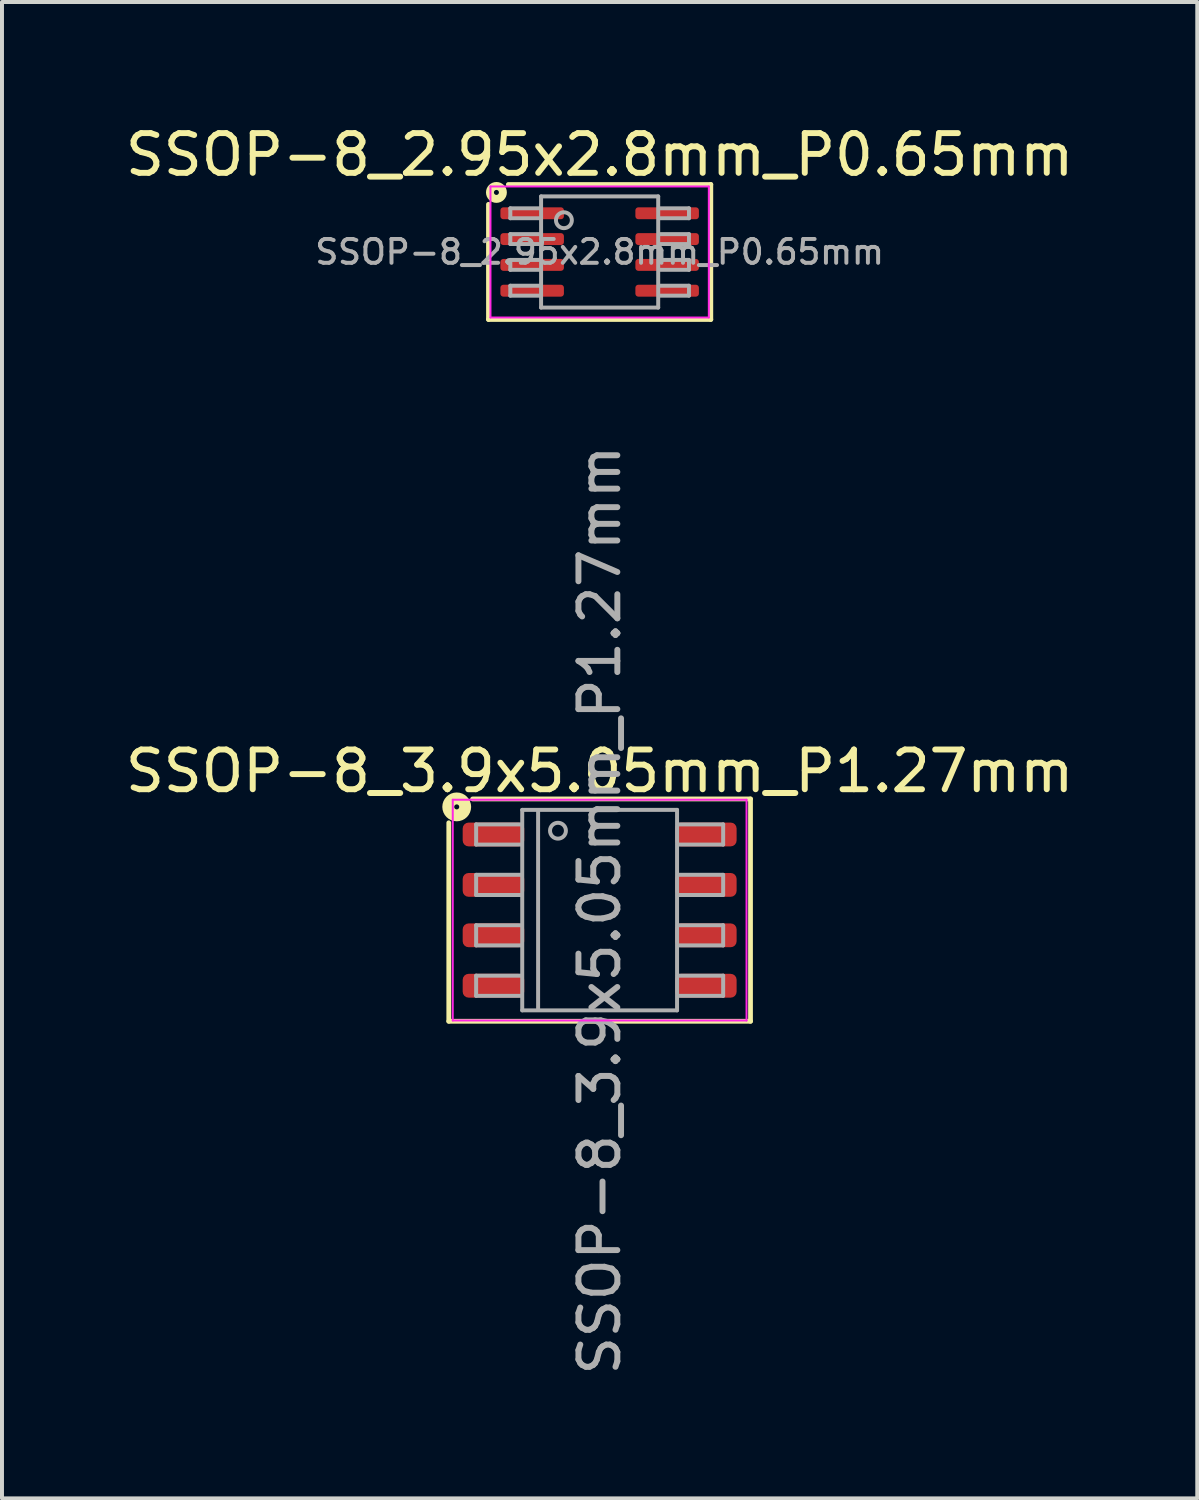
<source format=kicad_pcb>
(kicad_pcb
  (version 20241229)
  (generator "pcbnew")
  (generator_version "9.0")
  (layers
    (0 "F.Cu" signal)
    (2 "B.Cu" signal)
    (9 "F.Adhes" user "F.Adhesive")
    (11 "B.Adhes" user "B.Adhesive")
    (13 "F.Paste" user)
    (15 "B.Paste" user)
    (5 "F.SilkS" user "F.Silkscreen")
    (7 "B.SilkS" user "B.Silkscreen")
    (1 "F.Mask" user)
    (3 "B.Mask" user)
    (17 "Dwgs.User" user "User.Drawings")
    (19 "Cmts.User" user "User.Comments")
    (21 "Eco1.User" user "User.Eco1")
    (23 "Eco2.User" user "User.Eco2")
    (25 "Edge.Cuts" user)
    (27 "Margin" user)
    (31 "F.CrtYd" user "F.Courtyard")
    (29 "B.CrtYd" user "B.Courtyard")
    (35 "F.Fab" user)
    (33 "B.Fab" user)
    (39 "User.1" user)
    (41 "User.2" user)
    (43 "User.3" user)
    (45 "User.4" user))
  (footprint "SSOP-8_2.95x2.8mm_P0.65mm"
    (layer "F.Cu")
    (at 12.054 3.297)
    (property "Reference" "SSOP-8_2.95x2.8mm_P0.65mm" (at 0 -2.449 0) (layer "F.SilkS") (effects (font (size 1 1) (thickness 0.15))))
    (attr smd)
    (fp_line (start -2.8 -1.2) (end -2.8 1.7) (stroke (width 0.12) (type solid)) (layer "F.SilkS"))
    (fp_line (start -2.8 1.7) (end 2.8 1.7) (stroke (width 0.12) (type solid)) (layer "F.SilkS"))
    (fp_line (start 2.8 -1.7) (end -2.3 -1.7) (stroke (width 0.12) (type solid)) (layer "F.SilkS"))
    (fp_line (start 2.8 1.7) (end 2.8 -1.7) (stroke (width 0.12) (type solid)) (layer "F.SilkS"))
    (fp_circle (center -2.6 -1.5) (end -2.537 -1.5) (stroke (width 0.2) (type solid)) (fill no) (layer "F.SilkS"))
    (fp_line (start -2.75 -1.65) (end 2.75 -1.65) (stroke (width 0.05) (type solid)) (layer "F.CrtYd"))
    (fp_line (start -2.75 1.65) (end -2.75 -1.65) (stroke (width 0.05) (type solid)) (layer "F.CrtYd"))
    (fp_line (start 2.75 -1.65) (end 2.75 1.65) (stroke (width 0.05) (type solid)) (layer "F.CrtYd"))
    (fp_line (start 2.75 1.65) (end -2.75 1.65) (stroke (width 0.05) (type solid)) (layer "F.CrtYd"))
    (fp_line (start -2.25 -1.1) (end -2.25 -0.85) (stroke (width 0.1) (type solid)) (layer "F.Fab"))
    (fp_line (start -2.25 -1.1) (end -1.5 -1.1) (stroke (width 0.1) (type solid)) (layer "F.Fab"))
    (fp_line (start -2.25 -0.85) (end -1.5 -0.85) (stroke (width 0.1) (type solid)) (layer "F.Fab"))
    (fp_line (start -2.25 -0.45) (end -2.25 -0.2) (stroke (width 0.1) (type solid)) (layer "F.Fab"))
    (fp_line (start -2.25 -0.45) (end -1.5 -0.45) (stroke (width 0.1) (type solid)) (layer "F.Fab"))
    (fp_line (start -2.25 -0.2) (end -1.5 -0.2) (stroke (width 0.1) (type solid)) (layer "F.Fab"))
    (fp_line (start -2.25 0.2) (end -2.25 0.45) (stroke (width 0.1) (type solid)) (layer "F.Fab"))
    (fp_line (start -2.25 0.2) (end -1.5 0.2) (stroke (width 0.1) (type solid)) (layer "F.Fab"))
    (fp_line (start -2.25 0.45) (end -1.5 0.45) (stroke (width 0.1) (type solid)) (layer "F.Fab"))
    (fp_line (start -2.25 0.85) (end -2.25 1.1) (stroke (width 0.1) (type solid)) (layer "F.Fab"))
    (fp_line (start -2.25 0.85) (end -1.5 0.85) (stroke (width 0.1) (type solid)) (layer "F.Fab"))
    (fp_line (start -2.25 1.1) (end -1.5 1.1) (stroke (width 0.1) (type solid)) (layer "F.Fab"))
    (fp_line (start -1.475 -1.4) (end 1.475 -1.4) (stroke (width 0.1) (type solid)) (layer "F.Fab"))
    (fp_line (start -1.475 1.4) (end -1.475 -1.4) (stroke (width 0.1) (type solid)) (layer "F.Fab"))
    (fp_line (start 1.475 -1.4) (end 1.475 1.4) (stroke (width 0.1) (type solid)) (layer "F.Fab"))
    (fp_line (start 1.475 1.4) (end -1.475 1.4) (stroke (width 0.1) (type solid)) (layer "F.Fab"))
    (fp_line (start 2.25 -1.1) (end 1.5 -1.1) (stroke (width 0.1) (type solid)) (layer "F.Fab"))
    (fp_line (start 2.25 -0.85) (end 1.5 -0.85) (stroke (width 0.1) (type solid)) (layer "F.Fab"))
    (fp_line (start 2.25 -0.85) (end 2.25 -1.1) (stroke (width 0.1) (type solid)) (layer "F.Fab"))
    (fp_line (start 2.25 -0.45) (end 1.5 -0.45) (stroke (width 0.1) (type solid)) (layer "F.Fab"))
    (fp_line (start 2.25 -0.2) (end 1.5 -0.2) (stroke (width 0.1) (type solid)) (layer "F.Fab"))
    (fp_line (start 2.25 -0.2) (end 2.25 -0.45) (stroke (width 0.1) (type solid)) (layer "F.Fab"))
    (fp_line (start 2.25 0.2) (end 1.5 0.2) (stroke (width 0.1) (type solid)) (layer "F.Fab"))
    (fp_line (start 2.25 0.45) (end 1.5 0.45) (stroke (width 0.1) (type solid)) (layer "F.Fab"))
    (fp_line (start 2.25 0.45) (end 2.25 0.2) (stroke (width 0.1) (type solid)) (layer "F.Fab"))
    (fp_line (start 2.25 0.85) (end 1.5 0.85) (stroke (width 0.1) (type solid)) (layer "F.Fab"))
    (fp_line (start 2.25 1.1) (end 1.5 1.1) (stroke (width 0.1) (type solid)) (layer "F.Fab"))
    (fp_line (start 2.25 1.1) (end 2.25 0.85) (stroke (width 0.1) (type solid)) (layer "F.Fab"))
    (fp_circle (center -0.9 -0.8) (end -0.7 -0.8) (stroke (width 0.1) (type solid)) (fill no) (layer "F.Fab"))
    (fp_text user "${REFERENCE}" (at 0 0 0) (layer "F.Fab") (effects (font (size 0.6 0.6) (thickness 0.1))))
    (pad "1" smd roundrect (at -1.7 -0.975 270) (size 0.3 1.6) (layers "F.Cu" "F.Mask" "F.Paste") (roundrect_rratio 0.25))
    (pad "2" smd roundrect (at -1.7 -0.325 270) (size 0.3 1.6) (layers "F.Cu" "F.Mask" "F.Paste") (roundrect_rratio 0.25))
    (pad "3" smd roundrect (at -1.7 0.325 270) (size 0.3 1.6) (layers "F.Cu" "F.Mask" "F.Paste") (roundrect_rratio 0.25))
    (pad "4" smd roundrect (at -1.7 0.975 270) (size 0.3 1.6) (layers "F.Cu" "F.Mask" "F.Paste") (roundrect_rratio 0.25))
    (pad "5" smd roundrect (at 1.7 0.975 270) (size 0.3 1.6) (layers "F.Cu" "F.Mask" "F.Paste") (roundrect_rratio 0.25))
    (pad "6" smd roundrect (at 1.7 0.325 270) (size 0.3 1.6) (layers "F.Cu" "F.Mask" "F.Paste") (roundrect_rratio 0.25))
    (pad "7" smd roundrect (at 1.7 -0.325 270) (size 0.3 1.6) (layers "F.Cu" "F.Mask" "F.Paste") (roundrect_rratio 0.25))
    (pad "8" smd roundrect (at 1.7 -0.975 270) (size 0.3 1.6) (layers "F.Cu" "F.Mask" "F.Paste") (roundrect_rratio 0.25)))
  (footprint "SSOP-8_3.9x5.05mm_P1.27mm"
    (layer "F.Cu")
    (at 12.054 19.874)
    (property "Reference" "SSOP-8_3.9x5.05mm_P1.27mm" (at 0 -3.5 0) (layer "F.SilkS") (effects (font (size 1 1) (thickness 0.15))))
    (attr smd)
    (fp_line (start -3.8 -2.2) (end -3.8 2.8) (stroke (width 0.12) (type solid)) (layer "F.SilkS"))
    (fp_line (start -3.8 2.8) (end 3.8 2.8) (stroke (width 0.12) (type solid)) (layer "F.SilkS"))
    (fp_line (start 3.8 -2.8) (end -3.2 -2.8) (stroke (width 0.12) (type solid)) (layer "F.SilkS"))
    (fp_line (start 3.8 2.8) (end 3.8 -2.8) (stroke (width 0.12) (type solid)) (layer "F.SilkS"))
    (fp_circle (center -3.6 -2.6) (end -3.537 -2.6) (stroke (width 0.3) (type solid)) (fill no) (layer "F.SilkS"))
    (fp_line (start -3.7 -2.78) (end -3.7 2.78) (stroke (width 0.05) (type solid)) (layer "F.CrtYd"))
    (fp_line (start -3.7 2.78) (end 3.7 2.78) (stroke (width 0.05) (type solid)) (layer "F.CrtYd"))
    (fp_line (start 3.7 -2.78) (end -3.7 -2.78) (stroke (width 0.05) (type solid)) (layer "F.CrtYd"))
    (fp_line (start 3.7 2.78) (end 3.7 -2.78) (stroke (width 0.05) (type solid)) (layer "F.CrtYd"))
    (fp_line (start -3.111 -2.159) (end -3.111 -1.651) (stroke (width 0.1) (type solid)) (layer "F.Fab"))
    (fp_line (start -3.111 -2.159) (end -1.968 -2.159) (stroke (width 0.1) (type solid)) (layer "F.Fab"))
    (fp_line (start -3.111 -1.651) (end -1.968 -1.651) (stroke (width 0.1) (type solid)) (layer "F.Fab"))
    (fp_line (start -3.111 -0.889) (end -3.111 -0.381) (stroke (width 0.1) (type solid)) (layer "F.Fab"))
    (fp_line (start -3.111 -0.889) (end -1.968 -0.889) (stroke (width 0.1) (type solid)) (layer "F.Fab"))
    (fp_line (start -3.111 -0.381) (end -1.968 -0.381) (stroke (width 0.1) (type solid)) (layer "F.Fab"))
    (fp_line (start -3.111 0.381) (end -3.111 0.889) (stroke (width 0.1) (type solid)) (layer "F.Fab"))
    (fp_line (start -3.111 0.381) (end -1.968 0.381) (stroke (width 0.1) (type solid)) (layer "F.Fab"))
    (fp_line (start -3.111 0.889) (end -1.968 0.889) (stroke (width 0.1) (type solid)) (layer "F.Fab"))
    (fp_line (start -3.111 1.651) (end -3.111 2.159) (stroke (width 0.1) (type solid)) (layer "F.Fab"))
    (fp_line (start -3.111 1.651) (end -1.968 1.651) (stroke (width 0.1) (type solid)) (layer "F.Fab"))
    (fp_line (start -3.111 2.159) (end -1.968 2.159) (stroke (width 0.1) (type solid)) (layer "F.Fab"))
    (fp_line (start -1.95 -2.525) (end 1.95 -2.525) (stroke (width 0.1) (type solid)) (layer "F.Fab"))
    (fp_line (start -1.95 2.525) (end -1.95 -2.525) (stroke (width 0.1) (type solid)) (layer "F.Fab"))
    (fp_line (start -1.55 -2.5) (end -1.55 2.5) (stroke (width 0.1) (type solid)) (layer "F.Fab"))
    (fp_line (start 1.95 -2.525) (end 1.95 2.525) (stroke (width 0.1) (type solid)) (layer "F.Fab"))
    (fp_line (start 1.95 2.525) (end -1.95 2.525) (stroke (width 0.1) (type solid)) (layer "F.Fab"))
    (fp_line (start 3.111 -2.159) (end 1.968 -2.159) (stroke (width 0.1) (type solid)) (layer "F.Fab"))
    (fp_line (start 3.111 -1.651) (end 1.968 -1.651) (stroke (width 0.1) (type solid)) (layer "F.Fab"))
    (fp_line (start 3.111 -1.651) (end 3.111 -2.159) (stroke (width 0.1) (type solid)) (layer "F.Fab"))
    (fp_line (start 3.111 -0.889) (end 1.968 -0.889) (stroke (width 0.1) (type solid)) (layer "F.Fab"))
    (fp_line (start 3.111 -0.381) (end 1.968 -0.381) (stroke (width 0.1) (type solid)) (layer "F.Fab"))
    (fp_line (start 3.111 -0.381) (end 3.111 -0.889) (stroke (width 0.1) (type solid)) (layer "F.Fab"))
    (fp_line (start 3.111 0.381) (end 1.968 0.381) (stroke (width 0.1) (type solid)) (layer "F.Fab"))
    (fp_line (start 3.111 0.889) (end 1.968 0.889) (stroke (width 0.1) (type solid)) (layer "F.Fab"))
    (fp_line (start 3.111 0.889) (end 3.111 0.381) (stroke (width 0.1) (type solid)) (layer "F.Fab"))
    (fp_line (start 3.111 1.651) (end 1.968 1.651) (stroke (width 0.1) (type solid)) (layer "F.Fab"))
    (fp_line (start 3.111 2.159) (end 1.968 2.159) (stroke (width 0.1) (type solid)) (layer "F.Fab"))
    (fp_line (start 3.111 2.159) (end 3.111 1.651) (stroke (width 0.1) (type solid)) (layer "F.Fab"))
    (fp_circle (center -1.05 -2) (end -0.85 -2) (stroke (width 0.1) (type solid)) (fill no) (layer "F.Fab"))
    (fp_text user "${REFERENCE}" (at 0 0 90) (layer "F.Fab") (effects (font (size 0.98 0.98) (thickness 0.15))))
    (pad "1" smd roundrect (at -2.675 -1.905) (size 1.55 0.6) (layers "F.Cu" "F.Mask" "F.Paste") (roundrect_rratio 0.25))
    (pad "2" smd roundrect (at -2.675 -0.635) (size 1.55 0.6) (layers "F.Cu" "F.Mask" "F.Paste") (roundrect_rratio 0.25))
    (pad "3" smd roundrect (at -2.675 0.635) (size 1.55 0.6) (layers "F.Cu" "F.Mask" "F.Paste") (roundrect_rratio 0.25))
    (pad "4" smd roundrect (at -2.675 1.905) (size 1.55 0.6) (layers "F.Cu" "F.Mask" "F.Paste") (roundrect_rratio 0.25))
    (pad "5" smd roundrect (at 2.675 1.905) (size 1.55 0.6) (layers "F.Cu" "F.Mask" "F.Paste") (roundrect_rratio 0.25))
    (pad "6" smd roundrect (at 2.675 0.635) (size 1.55 0.6) (layers "F.Cu" "F.Mask" "F.Paste") (roundrect_rratio 0.25))
    (pad "7" smd roundrect (at 2.675 -0.635) (size 1.55 0.6) (layers "F.Cu" "F.Mask" "F.Paste") (roundrect_rratio 0.25))
    (pad "8" smd roundrect (at 2.675 -1.905) (size 1.55 0.6) (layers "F.Cu" "F.Mask" "F.Paste") (roundrect_rratio 0.25)))
  (gr_rect
    (start -3 -3)
    (end 27.107 34.691)
    (stroke (width 0.1) (type default))
    (fill no)
    (layer "Edge.Cuts")))
</source>
